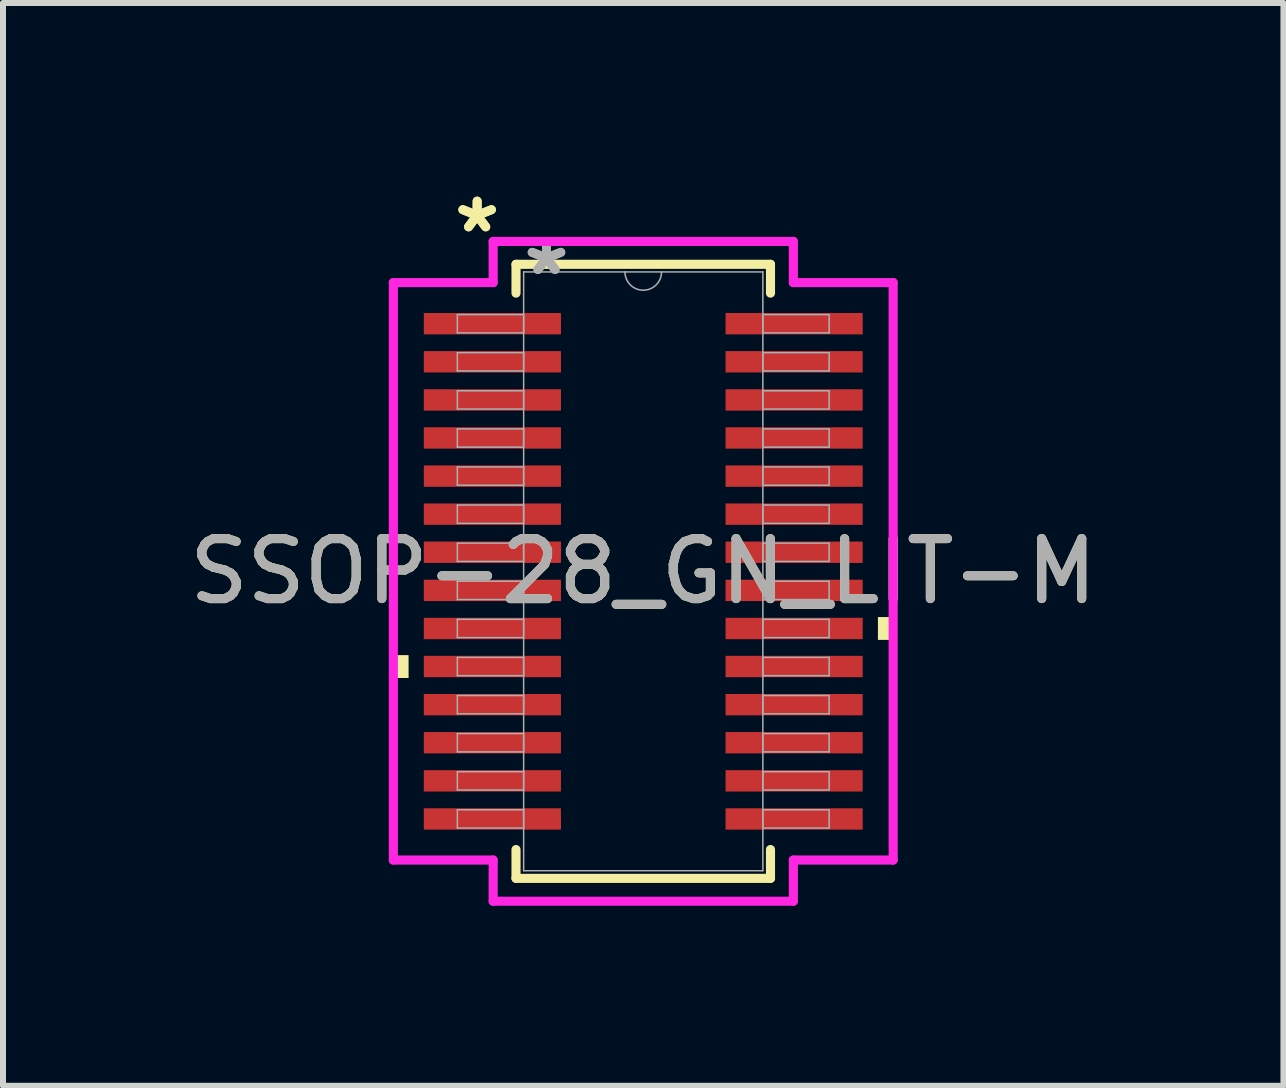
<source format=kicad_pcb>
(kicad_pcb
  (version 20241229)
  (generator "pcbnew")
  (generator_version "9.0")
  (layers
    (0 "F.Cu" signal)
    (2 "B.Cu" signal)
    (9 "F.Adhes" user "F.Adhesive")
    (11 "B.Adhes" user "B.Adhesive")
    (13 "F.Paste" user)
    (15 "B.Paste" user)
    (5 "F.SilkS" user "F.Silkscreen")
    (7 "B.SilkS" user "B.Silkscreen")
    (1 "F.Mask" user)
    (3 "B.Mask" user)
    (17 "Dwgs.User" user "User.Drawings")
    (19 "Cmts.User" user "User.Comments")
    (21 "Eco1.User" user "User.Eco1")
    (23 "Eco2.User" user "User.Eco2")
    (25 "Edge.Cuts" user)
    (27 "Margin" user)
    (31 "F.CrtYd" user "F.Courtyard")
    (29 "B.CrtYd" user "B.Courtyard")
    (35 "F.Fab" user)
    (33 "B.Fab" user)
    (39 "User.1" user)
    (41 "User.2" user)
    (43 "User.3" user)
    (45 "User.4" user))
  (footprint "SSOP-28_GN_LIT-M"
    (layer "F.Cu")
    (at 7.673 6.474)
    (property "Reference" "SSOP-28_GN_LIT-M" (at 0 0 0) (unlocked yes) (layer "F.SilkS") (effects (font (size 1 1) (thickness 0.15))))
    (attr smd)
    (fp_line (start -2.121 -5.118) (end -2.121 -4.638) (stroke (width 0.152) (type solid)) (layer "F.SilkS"))
    (fp_line (start -2.121 4.638) (end -2.121 5.118) (stroke (width 0.152) (type solid)) (layer "F.SilkS"))
    (fp_line (start -2.121 5.118) (end 2.121 5.118) (stroke (width 0.152) (type solid)) (layer "F.SilkS"))
    (fp_line (start 2.121 -5.118) (end -2.121 -5.118) (stroke (width 0.152) (type solid)) (layer "F.SilkS"))
    (fp_line (start 2.121 -4.638) (end 2.121 -5.118) (stroke (width 0.152) (type solid)) (layer "F.SilkS"))
    (fp_line (start 2.121 5.118) (end 2.121 4.638) (stroke (width 0.152) (type solid)) (layer "F.SilkS"))
    (fp_poly (pts (xy -4.166 1.397) (xy -4.166 1.778) (xy -3.912 1.778) (xy -3.912 1.397)) (stroke (width 0) (type solid)) (fill yes) (layer "F.SilkS"))
    (fp_poly (pts (xy 4.166 0.762) (xy 4.166 1.143) (xy 3.912 1.143) (xy 3.912 0.762)) (stroke (width 0) (type solid)) (fill yes) (layer "F.SilkS"))
    (fp_line (start -4.166 -4.813) (end -2.502 -4.813) (stroke (width 0.152) (type solid)) (layer "F.CrtYd"))
    (fp_line (start -4.166 4.813) (end -4.166 -4.813) (stroke (width 0.152) (type solid)) (layer "F.CrtYd"))
    (fp_line (start -4.166 4.813) (end -2.502 4.813) (stroke (width 0.152) (type solid)) (layer "F.CrtYd"))
    (fp_line (start -2.502 -5.499) (end 2.502 -5.499) (stroke (width 0.152) (type solid)) (layer "F.CrtYd"))
    (fp_line (start -2.502 -4.813) (end -2.502 -5.499) (stroke (width 0.152) (type solid)) (layer "F.CrtYd"))
    (fp_line (start -2.502 5.499) (end -2.502 4.813) (stroke (width 0.152) (type solid)) (layer "F.CrtYd"))
    (fp_line (start 2.502 -5.499) (end 2.502 -4.813) (stroke (width 0.152) (type solid)) (layer "F.CrtYd"))
    (fp_line (start 2.502 4.813) (end 2.502 5.499) (stroke (width 0.152) (type solid)) (layer "F.CrtYd"))
    (fp_line (start 2.502 5.499) (end -2.502 5.499) (stroke (width 0.152) (type solid)) (layer "F.CrtYd"))
    (fp_line (start 4.166 -4.813) (end 2.502 -4.813) (stroke (width 0.152) (type solid)) (layer "F.CrtYd"))
    (fp_line (start 4.166 -4.813) (end 4.166 4.813) (stroke (width 0.152) (type solid)) (layer "F.CrtYd"))
    (fp_line (start 4.166 4.813) (end 2.502 4.813) (stroke (width 0.152) (type solid)) (layer "F.CrtYd"))
    (fp_line (start -3.099 -4.28) (end -3.099 -3.975) (stroke (width 0.025) (type solid)) (layer "F.Fab"))
    (fp_line (start -3.099 -3.975) (end -1.994 -3.975) (stroke (width 0.025) (type solid)) (layer "F.Fab"))
    (fp_line (start -3.099 -3.645) (end -3.099 -3.34) (stroke (width 0.025) (type solid)) (layer "F.Fab"))
    (fp_line (start -3.099 -3.34) (end -1.994 -3.34) (stroke (width 0.025) (type solid)) (layer "F.Fab"))
    (fp_line (start -3.099 -3.01) (end -3.099 -2.705) (stroke (width 0.025) (type solid)) (layer "F.Fab"))
    (fp_line (start -3.099 -2.705) (end -1.994 -2.705) (stroke (width 0.025) (type solid)) (layer "F.Fab"))
    (fp_line (start -3.099 -2.375) (end -3.099 -2.07) (stroke (width 0.025) (type solid)) (layer "F.Fab"))
    (fp_line (start -3.099 -2.07) (end -1.994 -2.07) (stroke (width 0.025) (type solid)) (layer "F.Fab"))
    (fp_line (start -3.099 -1.74) (end -3.099 -1.435) (stroke (width 0.025) (type solid)) (layer "F.Fab"))
    (fp_line (start -3.099 -1.435) (end -1.994 -1.435) (stroke (width 0.025) (type solid)) (layer "F.Fab"))
    (fp_line (start -3.099 -1.105) (end -3.099 -0.8) (stroke (width 0.025) (type solid)) (layer "F.Fab"))
    (fp_line (start -3.099 -0.8) (end -1.994 -0.8) (stroke (width 0.025) (type solid)) (layer "F.Fab"))
    (fp_line (start -3.099 -0.47) (end -3.099 -0.165) (stroke (width 0.025) (type solid)) (layer "F.Fab"))
    (fp_line (start -3.099 -0.165) (end -1.994 -0.165) (stroke (width 0.025) (type solid)) (layer "F.Fab"))
    (fp_line (start -3.099 0.165) (end -3.099 0.47) (stroke (width 0.025) (type solid)) (layer "F.Fab"))
    (fp_line (start -3.099 0.47) (end -1.994 0.47) (stroke (width 0.025) (type solid)) (layer "F.Fab"))
    (fp_line (start -3.099 0.8) (end -3.099 1.105) (stroke (width 0.025) (type solid)) (layer "F.Fab"))
    (fp_line (start -3.099 1.105) (end -1.994 1.105) (stroke (width 0.025) (type solid)) (layer "F.Fab"))
    (fp_line (start -3.099 1.435) (end -3.099 1.74) (stroke (width 0.025) (type solid)) (layer "F.Fab"))
    (fp_line (start -3.099 1.74) (end -1.994 1.74) (stroke (width 0.025) (type solid)) (layer "F.Fab"))
    (fp_line (start -3.099 2.07) (end -3.099 2.375) (stroke (width 0.025) (type solid)) (layer "F.Fab"))
    (fp_line (start -3.099 2.375) (end -1.994 2.375) (stroke (width 0.025) (type solid)) (layer "F.Fab"))
    (fp_line (start -3.099 2.705) (end -3.099 3.01) (stroke (width 0.025) (type solid)) (layer "F.Fab"))
    (fp_line (start -3.099 3.01) (end -1.994 3.01) (stroke (width 0.025) (type solid)) (layer "F.Fab"))
    (fp_line (start -3.099 3.34) (end -3.099 3.645) (stroke (width 0.025) (type solid)) (layer "F.Fab"))
    (fp_line (start -3.099 3.645) (end -1.994 3.645) (stroke (width 0.025) (type solid)) (layer "F.Fab"))
    (fp_line (start -3.099 3.975) (end -3.099 4.28) (stroke (width 0.025) (type solid)) (layer "F.Fab"))
    (fp_line (start -3.099 4.28) (end -1.994 4.28) (stroke (width 0.025) (type solid)) (layer "F.Fab"))
    (fp_line (start -1.994 -4.991) (end -1.994 4.991) (stroke (width 0.025) (type solid)) (layer "F.Fab"))
    (fp_line (start -1.994 -4.28) (end -3.099 -4.28) (stroke (width 0.025) (type solid)) (layer "F.Fab"))
    (fp_line (start -1.994 -3.975) (end -1.994 -4.28) (stroke (width 0.025) (type solid)) (layer "F.Fab"))
    (fp_line (start -1.994 -3.645) (end -3.099 -3.645) (stroke (width 0.025) (type solid)) (layer "F.Fab"))
    (fp_line (start -1.994 -3.34) (end -1.994 -3.645) (stroke (width 0.025) (type solid)) (layer "F.Fab"))
    (fp_line (start -1.994 -3.01) (end -3.099 -3.01) (stroke (width 0.025) (type solid)) (layer "F.Fab"))
    (fp_line (start -1.994 -2.705) (end -1.994 -3.01) (stroke (width 0.025) (type solid)) (layer "F.Fab"))
    (fp_line (start -1.994 -2.375) (end -3.099 -2.375) (stroke (width 0.025) (type solid)) (layer "F.Fab"))
    (fp_line (start -1.994 -2.07) (end -1.994 -2.375) (stroke (width 0.025) (type solid)) (layer "F.Fab"))
    (fp_line (start -1.994 -1.74) (end -3.099 -1.74) (stroke (width 0.025) (type solid)) (layer "F.Fab"))
    (fp_line (start -1.994 -1.435) (end -1.994 -1.74) (stroke (width 0.025) (type solid)) (layer "F.Fab"))
    (fp_line (start -1.994 -1.105) (end -3.099 -1.105) (stroke (width 0.025) (type solid)) (layer "F.Fab"))
    (fp_line (start -1.994 -0.8) (end -1.994 -1.105) (stroke (width 0.025) (type solid)) (layer "F.Fab"))
    (fp_line (start -1.994 -0.47) (end -3.099 -0.47) (stroke (width 0.025) (type solid)) (layer "F.Fab"))
    (fp_line (start -1.994 -0.165) (end -1.994 -0.47) (stroke (width 0.025) (type solid)) (layer "F.Fab"))
    (fp_line (start -1.994 0.165) (end -3.099 0.165) (stroke (width 0.025) (type solid)) (layer "F.Fab"))
    (fp_line (start -1.994 0.47) (end -1.994 0.165) (stroke (width 0.025) (type solid)) (layer "F.Fab"))
    (fp_line (start -1.994 0.8) (end -3.099 0.8) (stroke (width 0.025) (type solid)) (layer "F.Fab"))
    (fp_line (start -1.994 1.105) (end -1.994 0.8) (stroke (width 0.025) (type solid)) (layer "F.Fab"))
    (fp_line (start -1.994 1.435) (end -3.099 1.435) (stroke (width 0.025) (type solid)) (layer "F.Fab"))
    (fp_line (start -1.994 1.74) (end -1.994 1.435) (stroke (width 0.025) (type solid)) (layer "F.Fab"))
    (fp_line (start -1.994 2.07) (end -3.099 2.07) (stroke (width 0.025) (type solid)) (layer "F.Fab"))
    (fp_line (start -1.994 2.375) (end -1.994 2.07) (stroke (width 0.025) (type solid)) (layer "F.Fab"))
    (fp_line (start -1.994 2.705) (end -3.099 2.705) (stroke (width 0.025) (type solid)) (layer "F.Fab"))
    (fp_line (start -1.994 3.01) (end -1.994 2.705) (stroke (width 0.025) (type solid)) (layer "F.Fab"))
    (fp_line (start -1.994 3.34) (end -3.099 3.34) (stroke (width 0.025) (type solid)) (layer "F.Fab"))
    (fp_line (start -1.994 3.645) (end -1.994 3.34) (stroke (width 0.025) (type solid)) (layer "F.Fab"))
    (fp_line (start -1.994 3.975) (end -3.099 3.975) (stroke (width 0.025) (type solid)) (layer "F.Fab"))
    (fp_line (start -1.994 4.28) (end -1.994 3.975) (stroke (width 0.025) (type solid)) (layer "F.Fab"))
    (fp_line (start -1.994 4.991) (end 1.994 4.991) (stroke (width 0.025) (type solid)) (layer "F.Fab"))
    (fp_line (start 1.994 -4.991) (end -1.994 -4.991) (stroke (width 0.025) (type solid)) (layer "F.Fab"))
    (fp_line (start 1.994 -4.28) (end 1.994 -3.975) (stroke (width 0.025) (type solid)) (layer "F.Fab"))
    (fp_line (start 1.994 -3.975) (end 3.099 -3.975) (stroke (width 0.025) (type solid)) (layer "F.Fab"))
    (fp_line (start 1.994 -3.645) (end 1.994 -3.34) (stroke (width 0.025) (type solid)) (layer "F.Fab"))
    (fp_line (start 1.994 -3.34) (end 3.099 -3.34) (stroke (width 0.025) (type solid)) (layer "F.Fab"))
    (fp_line (start 1.994 -3.01) (end 1.994 -2.705) (stroke (width 0.025) (type solid)) (layer "F.Fab"))
    (fp_line (start 1.994 -2.705) (end 3.099 -2.705) (stroke (width 0.025) (type solid)) (layer "F.Fab"))
    (fp_line (start 1.994 -2.375) (end 1.994 -2.07) (stroke (width 0.025) (type solid)) (layer "F.Fab"))
    (fp_line (start 1.994 -2.07) (end 3.099 -2.07) (stroke (width 0.025) (type solid)) (layer "F.Fab"))
    (fp_line (start 1.994 -1.74) (end 1.994 -1.435) (stroke (width 0.025) (type solid)) (layer "F.Fab"))
    (fp_line (start 1.994 -1.435) (end 3.099 -1.435) (stroke (width 0.025) (type solid)) (layer "F.Fab"))
    (fp_line (start 1.994 -1.105) (end 1.994 -0.8) (stroke (width 0.025) (type solid)) (layer "F.Fab"))
    (fp_line (start 1.994 -0.8) (end 3.099 -0.8) (stroke (width 0.025) (type solid)) (layer "F.Fab"))
    (fp_line (start 1.994 -0.47) (end 1.994 -0.165) (stroke (width 0.025) (type solid)) (layer "F.Fab"))
    (fp_line (start 1.994 -0.165) (end 3.099 -0.165) (stroke (width 0.025) (type solid)) (layer "F.Fab"))
    (fp_line (start 1.994 0.165) (end 1.994 0.47) (stroke (width 0.025) (type solid)) (layer "F.Fab"))
    (fp_line (start 1.994 0.47) (end 3.099 0.47) (stroke (width 0.025) (type solid)) (layer "F.Fab"))
    (fp_line (start 1.994 0.8) (end 1.994 1.105) (stroke (width 0.025) (type solid)) (layer "F.Fab"))
    (fp_line (start 1.994 1.105) (end 3.099 1.105) (stroke (width 0.025) (type solid)) (layer "F.Fab"))
    (fp_line (start 1.994 1.435) (end 1.994 1.74) (stroke (width 0.025) (type solid)) (layer "F.Fab"))
    (fp_line (start 1.994 1.74) (end 3.099 1.74) (stroke (width 0.025) (type solid)) (layer "F.Fab"))
    (fp_line (start 1.994 2.07) (end 1.994 2.375) (stroke (width 0.025) (type solid)) (layer "F.Fab"))
    (fp_line (start 1.994 2.375) (end 3.099 2.375) (stroke (width 0.025) (type solid)) (layer "F.Fab"))
    (fp_line (start 1.994 2.705) (end 1.994 3.01) (stroke (width 0.025) (type solid)) (layer "F.Fab"))
    (fp_line (start 1.994 3.01) (end 3.099 3.01) (stroke (width 0.025) (type solid)) (layer "F.Fab"))
    (fp_line (start 1.994 3.34) (end 1.994 3.645) (stroke (width 0.025) (type solid)) (layer "F.Fab"))
    (fp_line (start 1.994 3.645) (end 3.099 3.645) (stroke (width 0.025) (type solid)) (layer "F.Fab"))
    (fp_line (start 1.994 3.975) (end 1.994 4.28) (stroke (width 0.025) (type solid)) (layer "F.Fab"))
    (fp_line (start 1.994 4.28) (end 3.099 4.28) (stroke (width 0.025) (type solid)) (layer "F.Fab"))
    (fp_line (start 1.994 4.991) (end 1.994 -4.991) (stroke (width 0.025) (type solid)) (layer "F.Fab"))
    (fp_line (start 3.099 -4.28) (end 1.994 -4.28) (stroke (width 0.025) (type solid)) (layer "F.Fab"))
    (fp_line (start 3.099 -3.975) (end 3.099 -4.28) (stroke (width 0.025) (type solid)) (layer "F.Fab"))
    (fp_line (start 3.099 -3.645) (end 1.994 -3.645) (stroke (width 0.025) (type solid)) (layer "F.Fab"))
    (fp_line (start 3.099 -3.34) (end 3.099 -3.645) (stroke (width 0.025) (type solid)) (layer "F.Fab"))
    (fp_line (start 3.099 -3.01) (end 1.994 -3.01) (stroke (width 0.025) (type solid)) (layer "F.Fab"))
    (fp_line (start 3.099 -2.705) (end 3.099 -3.01) (stroke (width 0.025) (type solid)) (layer "F.Fab"))
    (fp_line (start 3.099 -2.375) (end 1.994 -2.375) (stroke (width 0.025) (type solid)) (layer "F.Fab"))
    (fp_line (start 3.099 -2.07) (end 3.099 -2.375) (stroke (width 0.025) (type solid)) (layer "F.Fab"))
    (fp_line (start 3.099 -1.74) (end 1.994 -1.74) (stroke (width 0.025) (type solid)) (layer "F.Fab"))
    (fp_line (start 3.099 -1.435) (end 3.099 -1.74) (stroke (width 0.025) (type solid)) (layer "F.Fab"))
    (fp_line (start 3.099 -1.105) (end 1.994 -1.105) (stroke (width 0.025) (type solid)) (layer "F.Fab"))
    (fp_line (start 3.099 -0.8) (end 3.099 -1.105) (stroke (width 0.025) (type solid)) (layer "F.Fab"))
    (fp_line (start 3.099 -0.47) (end 1.994 -0.47) (stroke (width 0.025) (type solid)) (layer "F.Fab"))
    (fp_line (start 3.099 -0.165) (end 3.099 -0.47) (stroke (width 0.025) (type solid)) (layer "F.Fab"))
    (fp_line (start 3.099 0.165) (end 1.994 0.165) (stroke (width 0.025) (type solid)) (layer "F.Fab"))
    (fp_line (start 3.099 0.47) (end 3.099 0.165) (stroke (width 0.025) (type solid)) (layer "F.Fab"))
    (fp_line (start 3.099 0.8) (end 1.994 0.8) (stroke (width 0.025) (type solid)) (layer "F.Fab"))
    (fp_line (start 3.099 1.105) (end 3.099 0.8) (stroke (width 0.025) (type solid)) (layer "F.Fab"))
    (fp_line (start 3.099 1.435) (end 1.994 1.435) (stroke (width 0.025) (type solid)) (layer "F.Fab"))
    (fp_line (start 3.099 1.74) (end 3.099 1.435) (stroke (width 0.025) (type solid)) (layer "F.Fab"))
    (fp_line (start 3.099 2.07) (end 1.994 2.07) (stroke (width 0.025) (type solid)) (layer "F.Fab"))
    (fp_line (start 3.099 2.375) (end 3.099 2.07) (stroke (width 0.025) (type solid)) (layer "F.Fab"))
    (fp_line (start 3.099 2.705) (end 1.994 2.705) (stroke (width 0.025) (type solid)) (layer "F.Fab"))
    (fp_line (start 3.099 3.01) (end 3.099 2.705) (stroke (width 0.025) (type solid)) (layer "F.Fab"))
    (fp_line (start 3.099 3.34) (end 1.994 3.34) (stroke (width 0.025) (type solid)) (layer "F.Fab"))
    (fp_line (start 3.099 3.645) (end 3.099 3.34) (stroke (width 0.025) (type solid)) (layer "F.Fab"))
    (fp_line (start 3.099 3.975) (end 1.994 3.975) (stroke (width 0.025) (type solid)) (layer "F.Fab"))
    (fp_line (start 3.099 4.28) (end 3.099 3.975) (stroke (width 0.025) (type solid)) (layer "F.Fab"))
    (fp_arc (start 0.3048 -4.9911) (mid 0 -4.6863) (end -0.3048 -4.9911) (stroke (width 0.0254) (type solid)) (layer "F.Fab"))
    (fp_text user "*" (at -2.769 -5.626 0) (unlocked yes) (layer "F.SilkS") (effects (font (size 1 1) (thickness 0.15))))
    (fp_text user "*" (at -2.769 -5.626 0) (layer "F.SilkS") (effects (font (size 1 1) (thickness 0.15))))
    (fp_text user "*" (at -1.613 -4.915 0) (layer "F.Fab") (effects (font (size 1 1) (thickness 0.15))))
    (fp_text user "${REFERENCE}" (at 0 0 0) (unlocked yes) (layer "F.Fab") (effects (font (size 1 1) (thickness 0.15))))
    (fp_text user "*" (at -1.613 -4.915 0) (unlocked yes) (layer "F.Fab") (effects (font (size 1 1) (thickness 0.15))))
    (pad "1" smd rect (at -2.515 -4.128) (size 2.286 0.356) (layers "F.Cu" "F.Mask" "F.Paste"))
    (pad "2" smd rect (at -2.515 -3.493) (size 2.286 0.356) (layers "F.Cu" "F.Mask" "F.Paste"))
    (pad "3" smd rect (at -2.515 -2.857) (size 2.286 0.356) (layers "F.Cu" "F.Mask" "F.Paste"))
    (pad "4" smd rect (at -2.515 -2.223) (size 2.286 0.356) (layers "F.Cu" "F.Mask" "F.Paste"))
    (pad "5" smd rect (at -2.515 -1.587) (size 2.286 0.356) (layers "F.Cu" "F.Mask" "F.Paste"))
    (pad "6" smd rect (at -2.515 -0.953) (size 2.286 0.356) (layers "F.Cu" "F.Mask" "F.Paste"))
    (pad "7" smd rect (at -2.515 -0.318) (size 2.286 0.356) (layers "F.Cu" "F.Mask" "F.Paste"))
    (pad "8" smd rect (at -2.515 0.318) (size 2.286 0.356) (layers "F.Cu" "F.Mask" "F.Paste"))
    (pad "9" smd rect (at -2.515 0.953) (size 2.286 0.356) (layers "F.Cu" "F.Mask" "F.Paste"))
    (pad "10" smd rect (at -2.515 1.587) (size 2.286 0.356) (layers "F.Cu" "F.Mask" "F.Paste"))
    (pad "11" smd rect (at -2.515 2.223) (size 2.286 0.356) (layers "F.Cu" "F.Mask" "F.Paste"))
    (pad "12" smd rect (at -2.515 2.857) (size 2.286 0.356) (layers "F.Cu" "F.Mask" "F.Paste"))
    (pad "13" smd rect (at -2.515 3.493) (size 2.286 0.356) (layers "F.Cu" "F.Mask" "F.Paste"))
    (pad "14" smd rect (at -2.515 4.128) (size 2.286 0.356) (layers "F.Cu" "F.Mask" "F.Paste"))
    (pad "15" smd rect (at 2.515 4.128) (size 2.286 0.356) (layers "F.Cu" "F.Mask" "F.Paste"))
    (pad "16" smd rect (at 2.515 3.493) (size 2.286 0.356) (layers "F.Cu" "F.Mask" "F.Paste"))
    (pad "17" smd rect (at 2.515 2.857) (size 2.286 0.356) (layers "F.Cu" "F.Mask" "F.Paste"))
    (pad "18" smd rect (at 2.515 2.223) (size 2.286 0.356) (layers "F.Cu" "F.Mask" "F.Paste"))
    (pad "19" smd rect (at 2.515 1.587) (size 2.286 0.356) (layers "F.Cu" "F.Mask" "F.Paste"))
    (pad "20" smd rect (at 2.515 0.953) (size 2.286 0.356) (layers "F.Cu" "F.Mask" "F.Paste"))
    (pad "21" smd rect (at 2.515 0.318) (size 2.286 0.356) (layers "F.Cu" "F.Mask" "F.Paste"))
    (pad "22" smd rect (at 2.515 -0.318) (size 2.286 0.356) (layers "F.Cu" "F.Mask" "F.Paste"))
    (pad "23" smd rect (at 2.515 -0.953) (size 2.286 0.356) (layers "F.Cu" "F.Mask" "F.Paste"))
    (pad "24" smd rect (at 2.515 -1.587) (size 2.286 0.356) (layers "F.Cu" "F.Mask" "F.Paste"))
    (pad "25" smd rect (at 2.515 -2.223) (size 2.286 0.356) (layers "F.Cu" "F.Mask" "F.Paste"))
    (pad "26" smd rect (at 2.515 -2.857) (size 2.286 0.356) (layers "F.Cu" "F.Mask" "F.Paste"))
    (pad "27" smd rect (at 2.515 -3.493) (size 2.286 0.356) (layers "F.Cu" "F.Mask" "F.Paste"))
    (pad "28" smd rect (at 2.515 -4.128) (size 2.286 0.356) (layers "F.Cu" "F.Mask" "F.Paste")))
  (gr_rect
    (start -3 -3)
    (end 18.345 15.05)
    (stroke (width 0.1) (type default))
    (fill no)
    (layer "Edge.Cuts")))
</source>
